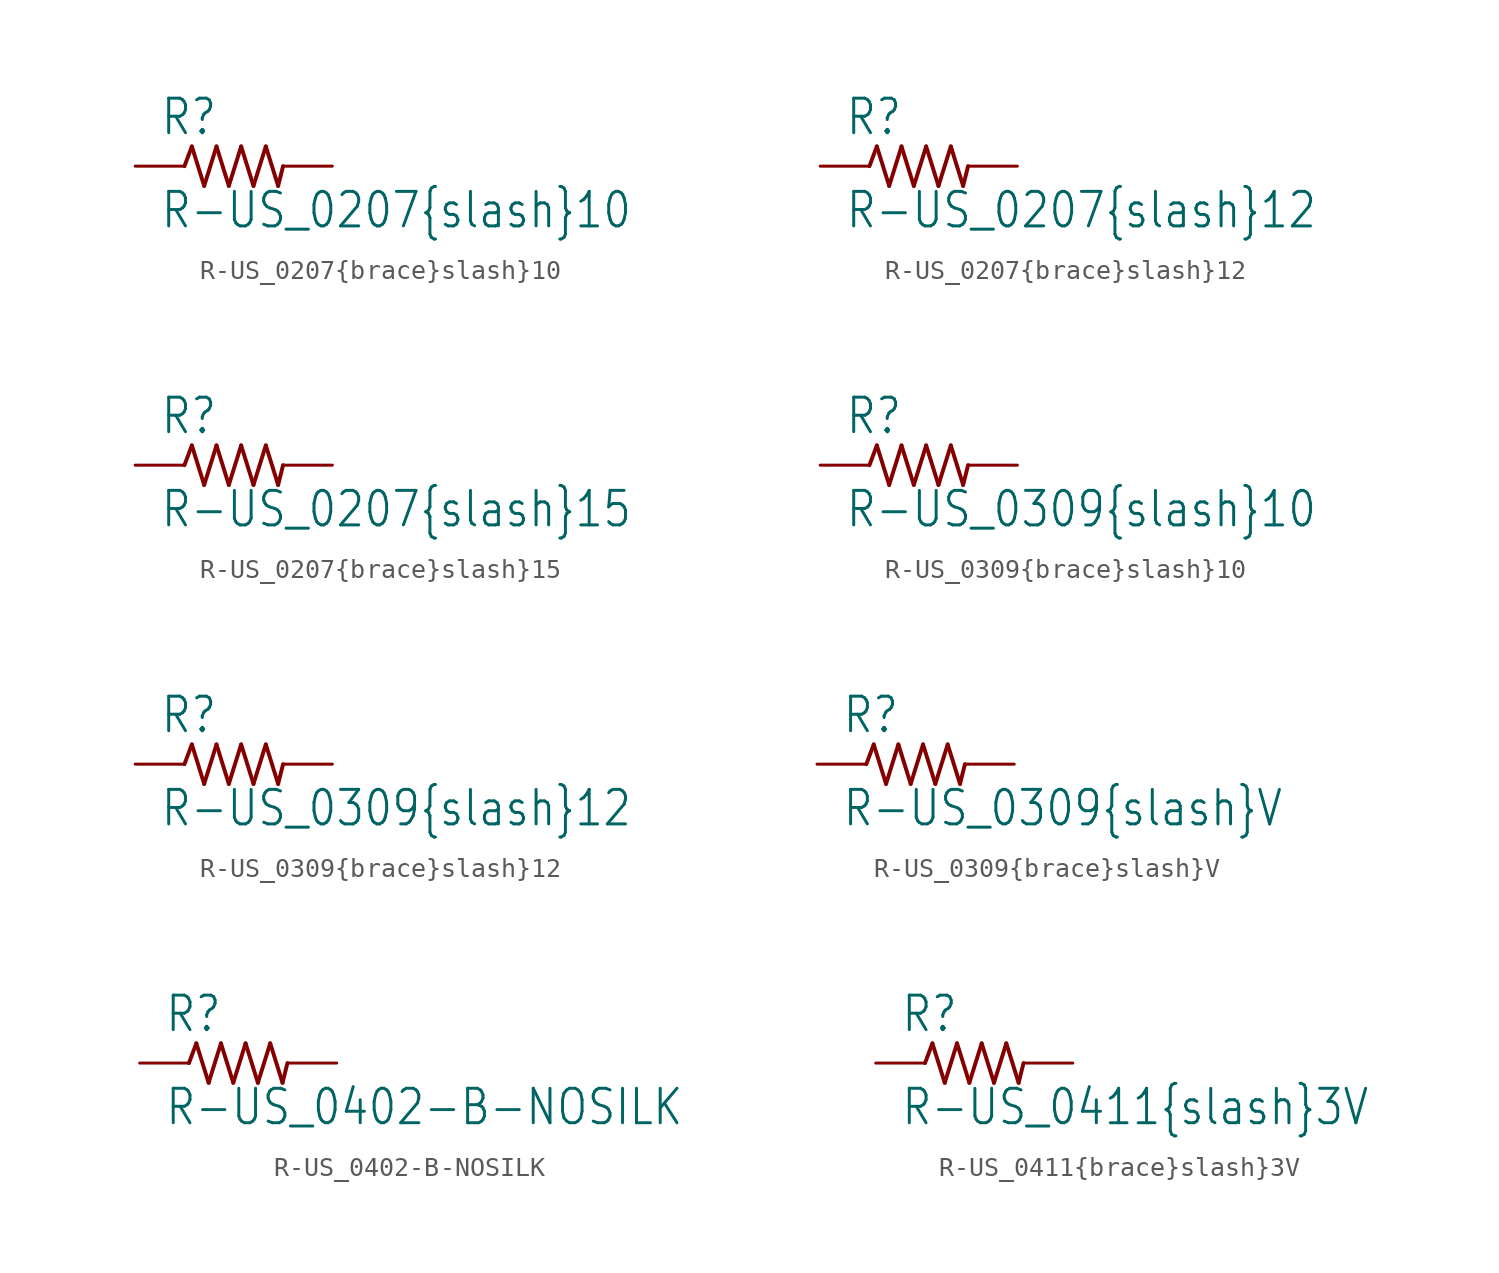
<source format=kicad_sym>
(kicad_symbol_lib
  (version 20210619)
  (generator kicad_symbol_editor)
  (symbol "R-US_0207{brace}slash}10"
    (property "Reference" "R"
      (at -3.81 1.499 0)
      (effects (font (size 1.778 1.511)) (justify left bottom)))
    (property "Value" "R-US_0207{brace}slash}10"
      (at -3.81 -3.302 0)
      (effects (font (size 1.778 1.511)) (justify left bottom)))
    (property "ki_locked" ""
      (at 0 0 0)
      (effects (font (size 1.27 1.27))))
    (symbol "R-US_0207{brace}slash}10_1_0"
      (polyline (pts (xy -2.54 0) (xy -2.159 1.016)) (stroke (width 0.203)) (fill (type none)))
      (polyline (pts (xy -2.159 1.016) (xy -1.524 -1.016)) (stroke (width 0.203)) (fill (type none)))
      (polyline (pts (xy -1.524 -1.016) (xy -0.889 1.016)) (stroke (width 0.203)) (fill (type none)))
      (polyline (pts (xy -0.889 1.016) (xy -0.254 -1.016)) (stroke (width 0.203)) (fill (type none)))
      (polyline (pts (xy -0.254 -1.016) (xy 0.381 1.016)) (stroke (width 0.203)) (fill (type none)))
      (polyline (pts (xy 0.381 1.016) (xy 1.016 -1.016)) (stroke (width 0.203)) (fill (type none)))
      (polyline (pts (xy 1.016 -1.016) (xy 1.651 1.016)) (stroke (width 0.203)) (fill (type none)))
      (polyline (pts (xy 1.651 1.016) (xy 2.286 -1.016)) (stroke (width 0.203)) (fill (type none)))
      (polyline (pts (xy 2.286 -1.016) (xy 2.54 0)) (stroke (width 0.203)) (fill (type none)))
      (pin passive line (at -5.08 0 0) (length 2.54) (name "1" (effects (font (size 0 0)))) (number "1" (effects (font (size 0 0)))))
      (pin passive line (at 5.08 0 180) (length 2.54) (name "2" (effects (font (size 0 0)))) (number "2" (effects (font (size 0 0)))))))
  (symbol "R-US_0207{brace}slash}12"
    (property "Reference" "R"
      (at -3.81 1.499 0)
      (effects (font (size 1.778 1.511)) (justify left bottom)))
    (property "Value" "R-US_0207{brace}slash}12"
      (at -3.81 -3.302 0)
      (effects (font (size 1.778 1.511)) (justify left bottom)))
    (property "ki_locked" ""
      (at 0 0 0)
      (effects (font (size 1.27 1.27))))
    (symbol "R-US_0207{brace}slash}12_1_0"
      (polyline (pts (xy -2.54 0) (xy -2.159 1.016)) (stroke (width 0.203)) (fill (type none)))
      (polyline (pts (xy -2.159 1.016) (xy -1.524 -1.016)) (stroke (width 0.203)) (fill (type none)))
      (polyline (pts (xy -1.524 -1.016) (xy -0.889 1.016)) (stroke (width 0.203)) (fill (type none)))
      (polyline (pts (xy -0.889 1.016) (xy -0.254 -1.016)) (stroke (width 0.203)) (fill (type none)))
      (polyline (pts (xy -0.254 -1.016) (xy 0.381 1.016)) (stroke (width 0.203)) (fill (type none)))
      (polyline (pts (xy 0.381 1.016) (xy 1.016 -1.016)) (stroke (width 0.203)) (fill (type none)))
      (polyline (pts (xy 1.016 -1.016) (xy 1.651 1.016)) (stroke (width 0.203)) (fill (type none)))
      (polyline (pts (xy 1.651 1.016) (xy 2.286 -1.016)) (stroke (width 0.203)) (fill (type none)))
      (polyline (pts (xy 2.286 -1.016) (xy 2.54 0)) (stroke (width 0.203)) (fill (type none)))
      (pin passive line (at -5.08 0 0) (length 2.54) (name "1" (effects (font (size 0 0)))) (number "1" (effects (font (size 0 0)))))
      (pin passive line (at 5.08 0 180) (length 2.54) (name "2" (effects (font (size 0 0)))) (number "2" (effects (font (size 0 0)))))))
  (symbol "R-US_0207{brace}slash}15"
    (property "Reference" "R"
      (at -3.81 1.499 0)
      (effects (font (size 1.778 1.511)) (justify left bottom)))
    (property "Value" "R-US_0207{brace}slash}15"
      (at -3.81 -3.302 0)
      (effects (font (size 1.778 1.511)) (justify left bottom)))
    (property "ki_locked" ""
      (at 0 0 0)
      (effects (font (size 1.27 1.27))))
    (symbol "R-US_0207{brace}slash}15_1_0"
      (polyline (pts (xy -2.54 0) (xy -2.159 1.016)) (stroke (width 0.203)) (fill (type none)))
      (polyline (pts (xy -2.159 1.016) (xy -1.524 -1.016)) (stroke (width 0.203)) (fill (type none)))
      (polyline (pts (xy -1.524 -1.016) (xy -0.889 1.016)) (stroke (width 0.203)) (fill (type none)))
      (polyline (pts (xy -0.889 1.016) (xy -0.254 -1.016)) (stroke (width 0.203)) (fill (type none)))
      (polyline (pts (xy -0.254 -1.016) (xy 0.381 1.016)) (stroke (width 0.203)) (fill (type none)))
      (polyline (pts (xy 0.381 1.016) (xy 1.016 -1.016)) (stroke (width 0.203)) (fill (type none)))
      (polyline (pts (xy 1.016 -1.016) (xy 1.651 1.016)) (stroke (width 0.203)) (fill (type none)))
      (polyline (pts (xy 1.651 1.016) (xy 2.286 -1.016)) (stroke (width 0.203)) (fill (type none)))
      (polyline (pts (xy 2.286 -1.016) (xy 2.54 0)) (stroke (width 0.203)) (fill (type none)))
      (pin passive line (at -5.08 0 0) (length 2.54) (name "1" (effects (font (size 0 0)))) (number "1" (effects (font (size 0 0)))))
      (pin passive line (at 5.08 0 180) (length 2.54) (name "2" (effects (font (size 0 0)))) (number "2" (effects (font (size 0 0)))))))
  (symbol "R-US_0309{brace}slash}10"
    (property "Reference" "R"
      (at -3.81 1.499 0)
      (effects (font (size 1.778 1.511)) (justify left bottom)))
    (property "Value" "R-US_0309{brace}slash}10"
      (at -3.81 -3.302 0)
      (effects (font (size 1.778 1.511)) (justify left bottom)))
    (property "ki_locked" ""
      (at 0 0 0)
      (effects (font (size 1.27 1.27))))
    (symbol "R-US_0309{brace}slash}10_1_0"
      (polyline (pts (xy -2.54 0) (xy -2.159 1.016)) (stroke (width 0.203)) (fill (type none)))
      (polyline (pts (xy -2.159 1.016) (xy -1.524 -1.016)) (stroke (width 0.203)) (fill (type none)))
      (polyline (pts (xy -1.524 -1.016) (xy -0.889 1.016)) (stroke (width 0.203)) (fill (type none)))
      (polyline (pts (xy -0.889 1.016) (xy -0.254 -1.016)) (stroke (width 0.203)) (fill (type none)))
      (polyline (pts (xy -0.254 -1.016) (xy 0.381 1.016)) (stroke (width 0.203)) (fill (type none)))
      (polyline (pts (xy 0.381 1.016) (xy 1.016 -1.016)) (stroke (width 0.203)) (fill (type none)))
      (polyline (pts (xy 1.016 -1.016) (xy 1.651 1.016)) (stroke (width 0.203)) (fill (type none)))
      (polyline (pts (xy 1.651 1.016) (xy 2.286 -1.016)) (stroke (width 0.203)) (fill (type none)))
      (polyline (pts (xy 2.286 -1.016) (xy 2.54 0)) (stroke (width 0.203)) (fill (type none)))
      (pin passive line (at -5.08 0 0) (length 2.54) (name "1" (effects (font (size 0 0)))) (number "1" (effects (font (size 0 0)))))
      (pin passive line (at 5.08 0 180) (length 2.54) (name "2" (effects (font (size 0 0)))) (number "2" (effects (font (size 0 0)))))))
  (symbol "R-US_0309{brace}slash}12"
    (property "Reference" "R"
      (at -3.81 1.499 0)
      (effects (font (size 1.778 1.511)) (justify left bottom)))
    (property "Value" "R-US_0309{brace}slash}12"
      (at -3.81 -3.302 0)
      (effects (font (size 1.778 1.511)) (justify left bottom)))
    (property "ki_locked" ""
      (at 0 0 0)
      (effects (font (size 1.27 1.27))))
    (symbol "R-US_0309{brace}slash}12_1_0"
      (polyline (pts (xy -2.54 0) (xy -2.159 1.016)) (stroke (width 0.203)) (fill (type none)))
      (polyline (pts (xy -2.159 1.016) (xy -1.524 -1.016)) (stroke (width 0.203)) (fill (type none)))
      (polyline (pts (xy -1.524 -1.016) (xy -0.889 1.016)) (stroke (width 0.203)) (fill (type none)))
      (polyline (pts (xy -0.889 1.016) (xy -0.254 -1.016)) (stroke (width 0.203)) (fill (type none)))
      (polyline (pts (xy -0.254 -1.016) (xy 0.381 1.016)) (stroke (width 0.203)) (fill (type none)))
      (polyline (pts (xy 0.381 1.016) (xy 1.016 -1.016)) (stroke (width 0.203)) (fill (type none)))
      (polyline (pts (xy 1.016 -1.016) (xy 1.651 1.016)) (stroke (width 0.203)) (fill (type none)))
      (polyline (pts (xy 1.651 1.016) (xy 2.286 -1.016)) (stroke (width 0.203)) (fill (type none)))
      (polyline (pts (xy 2.286 -1.016) (xy 2.54 0)) (stroke (width 0.203)) (fill (type none)))
      (pin passive line (at -5.08 0 0) (length 2.54) (name "1" (effects (font (size 0 0)))) (number "1" (effects (font (size 0 0)))))
      (pin passive line (at 5.08 0 180) (length 2.54) (name "2" (effects (font (size 0 0)))) (number "2" (effects (font (size 0 0)))))))
  (symbol "R-US_0309{brace}slash}V"
    (property "Reference" "R"
      (at -3.81 1.499 0)
      (effects (font (size 1.778 1.511)) (justify left bottom)))
    (property "Value" "R-US_0309{brace}slash}V"
      (at -3.81 -3.302 0)
      (effects (font (size 1.778 1.511)) (justify left bottom)))
    (property "ki_locked" ""
      (at 0 0 0)
      (effects (font (size 1.27 1.27))))
    (symbol "R-US_0309{brace}slash}V_1_0"
      (polyline (pts (xy -2.54 0) (xy -2.159 1.016)) (stroke (width 0.203)) (fill (type none)))
      (polyline (pts (xy -2.159 1.016) (xy -1.524 -1.016)) (stroke (width 0.203)) (fill (type none)))
      (polyline (pts (xy -1.524 -1.016) (xy -0.889 1.016)) (stroke (width 0.203)) (fill (type none)))
      (polyline (pts (xy -0.889 1.016) (xy -0.254 -1.016)) (stroke (width 0.203)) (fill (type none)))
      (polyline (pts (xy -0.254 -1.016) (xy 0.381 1.016)) (stroke (width 0.203)) (fill (type none)))
      (polyline (pts (xy 0.381 1.016) (xy 1.016 -1.016)) (stroke (width 0.203)) (fill (type none)))
      (polyline (pts (xy 1.016 -1.016) (xy 1.651 1.016)) (stroke (width 0.203)) (fill (type none)))
      (polyline (pts (xy 1.651 1.016) (xy 2.286 -1.016)) (stroke (width 0.203)) (fill (type none)))
      (polyline (pts (xy 2.286 -1.016) (xy 2.54 0)) (stroke (width 0.203)) (fill (type none)))
      (pin passive line (at -5.08 0 0) (length 2.54) (name "1" (effects (font (size 0 0)))) (number "1" (effects (font (size 0 0)))))
      (pin passive line (at 5.08 0 180) (length 2.54) (name "2" (effects (font (size 0 0)))) (number "2" (effects (font (size 0 0)))))))
  (symbol "R-US_0402-B-NOSILK"
    (property "Reference" "R"
      (at -3.81 1.499 0)
      (effects (font (size 1.778 1.511)) (justify left bottom)))
    (property "Value" "R-US_0402-B-NOSILK"
      (at -3.81 -3.302 0)
      (effects (font (size 1.778 1.511)) (justify left bottom)))
    (property "ki_locked" ""
      (at 0 0 0)
      (effects (font (size 1.27 1.27))))
    (symbol "R-US_0402-B-NOSILK_1_0"
      (polyline (pts (xy -2.54 0) (xy -2.159 1.016)) (stroke (width 0.203)) (fill (type none)))
      (polyline (pts (xy -2.159 1.016) (xy -1.524 -1.016)) (stroke (width 0.203)) (fill (type none)))
      (polyline (pts (xy -1.524 -1.016) (xy -0.889 1.016)) (stroke (width 0.203)) (fill (type none)))
      (polyline (pts (xy -0.889 1.016) (xy -0.254 -1.016)) (stroke (width 0.203)) (fill (type none)))
      (polyline (pts (xy -0.254 -1.016) (xy 0.381 1.016)) (stroke (width 0.203)) (fill (type none)))
      (polyline (pts (xy 0.381 1.016) (xy 1.016 -1.016)) (stroke (width 0.203)) (fill (type none)))
      (polyline (pts (xy 1.016 -1.016) (xy 1.651 1.016)) (stroke (width 0.203)) (fill (type none)))
      (polyline (pts (xy 1.651 1.016) (xy 2.286 -1.016)) (stroke (width 0.203)) (fill (type none)))
      (polyline (pts (xy 2.286 -1.016) (xy 2.54 0)) (stroke (width 0.203)) (fill (type none)))
      (pin passive line (at -5.08 0 0) (length 2.54) (name "1" (effects (font (size 0 0)))) (number "1" (effects (font (size 0 0)))))
      (pin passive line (at 5.08 0 180) (length 2.54) (name "2" (effects (font (size 0 0)))) (number "2" (effects (font (size 0 0)))))))
  (symbol "R-US_0411{brace}slash}3V"
    (property "Reference" "R"
      (at -3.81 1.499 0)
      (effects (font (size 1.778 1.511)) (justify left bottom)))
    (property "Value" "R-US_0411{brace}slash}3V"
      (at -3.81 -3.302 0)
      (effects (font (size 1.778 1.511)) (justify left bottom)))
    (property "ki_locked" ""
      (at 0 0 0)
      (effects (font (size 1.27 1.27))))
    (symbol "R-US_0411{brace}slash}3V_1_0"
      (polyline (pts (xy -2.54 0) (xy -2.159 1.016)) (stroke (width 0.203)) (fill (type none)))
      (polyline (pts (xy -2.159 1.016) (xy -1.524 -1.016)) (stroke (width 0.203)) (fill (type none)))
      (polyline (pts (xy -1.524 -1.016) (xy -0.889 1.016)) (stroke (width 0.203)) (fill (type none)))
      (polyline (pts (xy -0.889 1.016) (xy -0.254 -1.016)) (stroke (width 0.203)) (fill (type none)))
      (polyline (pts (xy -0.254 -1.016) (xy 0.381 1.016)) (stroke (width 0.203)) (fill (type none)))
      (polyline (pts (xy 0.381 1.016) (xy 1.016 -1.016)) (stroke (width 0.203)) (fill (type none)))
      (polyline (pts (xy 1.016 -1.016) (xy 1.651 1.016)) (stroke (width 0.203)) (fill (type none)))
      (polyline (pts (xy 1.651 1.016) (xy 2.286 -1.016)) (stroke (width 0.203)) (fill (type none)))
      (polyline (pts (xy 2.286 -1.016) (xy 2.54 0)) (stroke (width 0.203)) (fill (type none)))
      (pin passive line (at -5.08 0 0) (length 2.54) (name "1" (effects (font (size 0 0)))) (number "1" (effects (font (size 0 0)))))
      (pin passive line (at 5.08 0 180) (length 2.54) (name "2" (effects (font (size 0 0)))) (number "2" (effects (font (size 0 0))))))))
</source>
